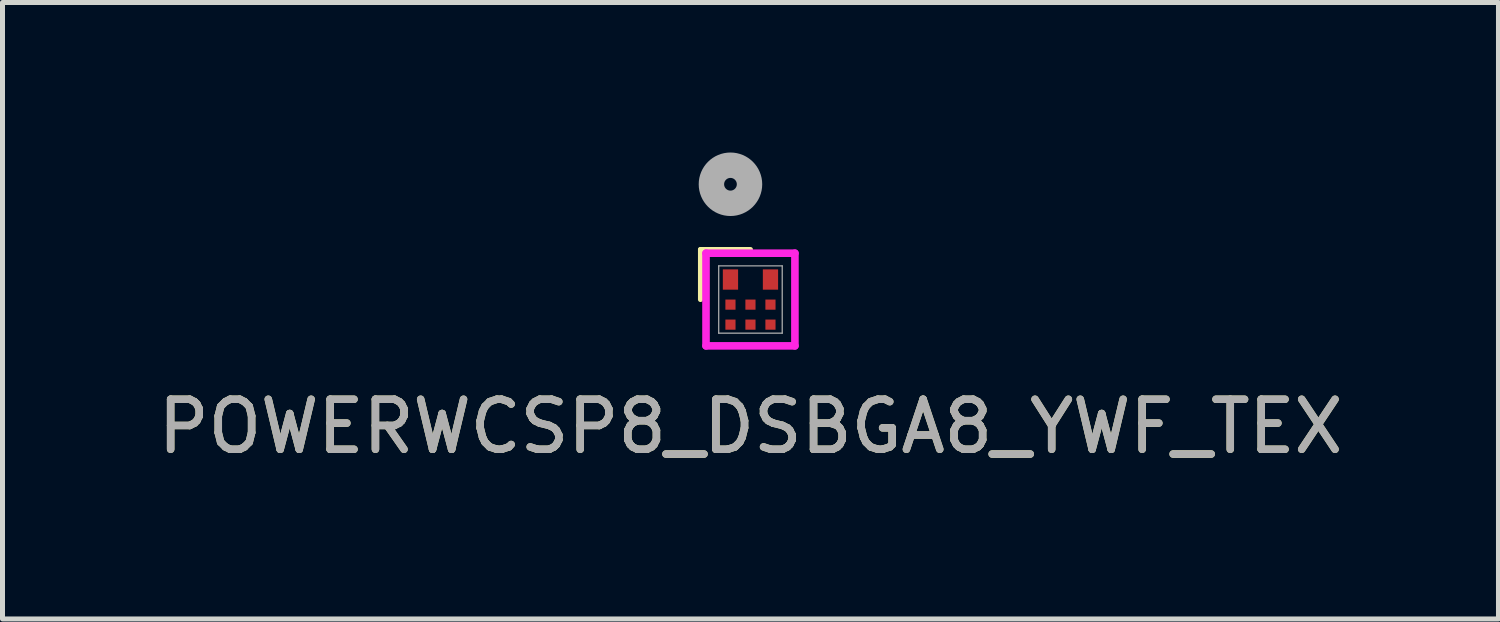
<source format=kicad_pcb>
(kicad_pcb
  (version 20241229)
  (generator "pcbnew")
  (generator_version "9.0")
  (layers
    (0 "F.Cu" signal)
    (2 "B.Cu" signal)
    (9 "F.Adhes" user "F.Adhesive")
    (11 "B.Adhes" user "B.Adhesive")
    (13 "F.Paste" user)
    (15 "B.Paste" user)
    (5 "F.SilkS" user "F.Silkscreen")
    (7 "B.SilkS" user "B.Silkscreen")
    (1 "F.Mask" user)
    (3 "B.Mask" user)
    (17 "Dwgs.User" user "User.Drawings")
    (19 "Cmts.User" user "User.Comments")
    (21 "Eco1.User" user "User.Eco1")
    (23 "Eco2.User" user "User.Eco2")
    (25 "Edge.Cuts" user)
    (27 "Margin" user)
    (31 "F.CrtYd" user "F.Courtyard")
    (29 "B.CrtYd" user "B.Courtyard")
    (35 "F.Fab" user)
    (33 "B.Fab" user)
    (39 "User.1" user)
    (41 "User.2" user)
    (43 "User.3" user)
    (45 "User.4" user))
  (footprint "POWERWCSP8_DSBGA8_YWF_TEX"
    (layer "F.Cu")
    (at 11.958 2.94)
    (property "Reference" "POWERWCSP8_DSBGA8_YWF_TEX" (at 0 2.54 0) (unlocked yes) (layer "F.SilkS") (effects (font (size 1 1) (thickness 0.15))))
    (attr smd)
    (fp_line (start -1 -1) (end 0 -1) (stroke (width 0.1) (type default)) (layer "F.SilkS"))
    (fp_line (start -1 0) (end -1 -1) (stroke (width 0.1) (type default)) (layer "F.SilkS"))
    (fp_line (start -0.889 -0.927) (end -0.889 0.927) (stroke (width 0.152) (type solid)) (layer "F.CrtYd"))
    (fp_line (start -0.889 0.927) (end 0.889 0.927) (stroke (width 0.152) (type solid)) (layer "F.CrtYd"))
    (fp_line (start 0.889 -0.927) (end -0.889 -0.927) (stroke (width 0.152) (type solid)) (layer "F.CrtYd"))
    (fp_line (start 0.889 0.927) (end 0.889 -0.927) (stroke (width 0.152) (type solid)) (layer "F.CrtYd"))
    (fp_line (start -0.635 -0.673) (end -0.635 0.673) (stroke (width 0.025) (type solid)) (layer "F.Fab"))
    (fp_line (start -0.635 0.673) (end 0.635 0.673) (stroke (width 0.025) (type solid)) (layer "F.Fab"))
    (fp_line (start 0.635 -0.673) (end -0.635 -0.673) (stroke (width 0.025) (type solid)) (layer "F.Fab"))
    (fp_line (start 0.635 0.673) (end 0.635 -0.673) (stroke (width 0.025) (type solid)) (layer "F.Fab"))
    (fp_circle (center -0.4 -2.305) (end -0.019 -2.305) (stroke (width 0.508) (type solid)) (fill no) (layer "F.Fab"))
    (fp_text user "${REFERENCE}" (at 0 2.54 0) (unlocked yes) (layer "F.Fab") (effects (font (size 1 1) (thickness 0.15))))
    (pad "1" smd rect (at -0.4 -0.4) (size 0.305 0.406) (layers "F.Cu" "F.Mask" "F.Paste"))
    (pad "3" smd rect (at 0.4 -0.4) (size 0.305 0.406) (layers "F.Cu" "F.Mask" "F.Paste"))
    (pad "4" smd rect (at -0.4 0.102) (size 0.203 0.203) (layers "F.Cu" "F.Mask" "F.Paste"))
    (pad "5" smd rect (at 0 0.102) (size 0.203 0.203) (layers "F.Cu" "F.Mask" "F.Paste"))
    (pad "6" smd rect (at 0.4 0.102) (size 0.203 0.203) (layers "F.Cu" "F.Mask" "F.Paste"))
    (pad "7" smd rect (at -0.4 0.502) (size 0.203 0.203) (layers "F.Cu" "F.Mask" "F.Paste"))
    (pad "8" smd rect (at 0 0.502) (size 0.203 0.203) (layers "F.Cu" "F.Mask" "F.Paste"))
    (pad "9" smd rect (at 0.4 0.502) (size 0.203 0.203) (layers "F.Cu" "F.Mask" "F.Paste")))
  (gr_rect
    (start -3 -3)
    (end 26.917 9.328)
    (stroke (width 0.1) (type default))
    (fill no)
    (layer "Edge.Cuts")))
</source>
